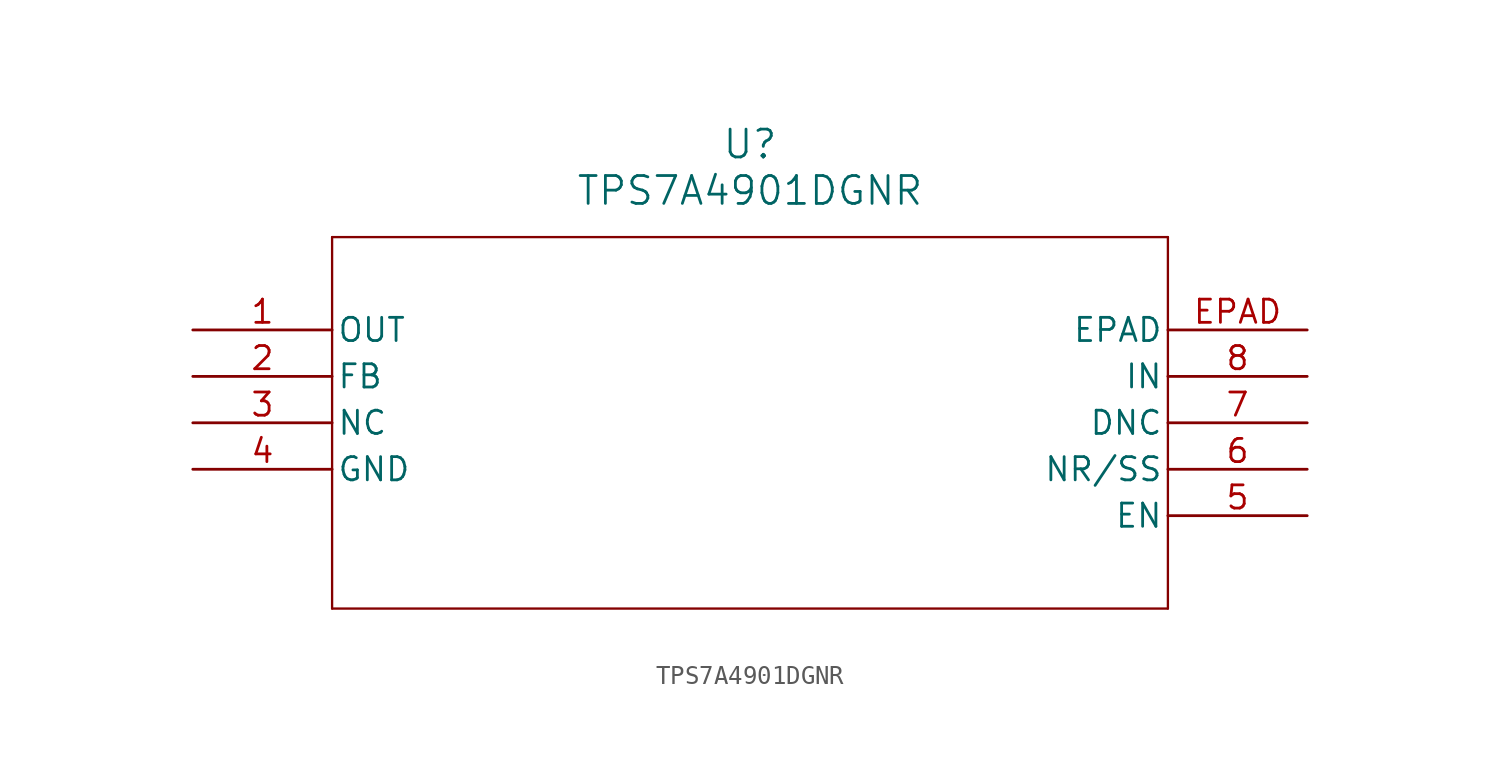
<source format=kicad_sym>
(kicad_symbol_lib
  (version 20211014)
  (generator kicad_symbol_editor)
  (symbol "TPS7A4901DGNR"
    (pin_names
      (offset 0.254))
    (property "Reference" "U"
      (at 30.48 10.16 0)
      (effects (font (size 1.524 1.524))))
    (property "Value" "TPS7A4901DGNR"
      (at 30.48 7.62 0)
      (effects (font (size 1.524 1.524))))
    (symbol "TPS7A4901DGNR_0_1"
      (polyline (pts (xy 7.62 5.08) (xy 7.62 -15.24)) (stroke (width 0.127) (type default) (color 0 0 0 0)) (fill (type none)))
      (polyline (pts (xy 7.62 -15.24) (xy 53.34 -15.24)) (stroke (width 0.127) (type default) (color 0 0 0 0)) (fill (type none)))
      (polyline (pts (xy 53.34 -15.24) (xy 53.34 5.08)) (stroke (width 0.127) (type default) (color 0 0 0 0)) (fill (type none)))
      (polyline (pts (xy 53.34 5.08) (xy 7.62 5.08)) (stroke (width 0.127) (type default) (color 0 0 0 0)) (fill (type none)))
      (pin output line (at 0 0 0) (length 7.62) (name "OUT" (effects (font (size 1.27 1.27)))) (number "1" (effects (font (size 1.27 1.27)))))
      (pin input line (at 0 -2.54 0) (length 7.62) (name "FB" (effects (font (size 1.27 1.27)))) (number "2" (effects (font (size 1.27 1.27)))))
      (pin unspecified line (at 0 -5.08 0) (length 7.62) (name "NC" (effects (font (size 1.27 1.27)))) (number "3" (effects (font (size 1.27 1.27)))))
      (pin power_in line (at 0 -7.62 0) (length 7.62) (name "GND" (effects (font (size 1.27 1.27)))) (number "4" (effects (font (size 1.27 1.27)))))
      (pin unspecified line (at 60.96 -10.16 180) (length 7.62) (name "EN" (effects (font (size 1.27 1.27)))) (number "5" (effects (font (size 1.27 1.27)))))
      (pin unspecified line (at 60.96 -7.62 180) (length 7.62) (name "NR/SS" (effects (font (size 1.27 1.27)))) (number "6" (effects (font (size 1.27 1.27)))))
      (pin unspecified line (at 60.96 -5.08 180) (length 7.62) (name "DNC" (effects (font (size 1.27 1.27)))) (number "7" (effects (font (size 1.27 1.27)))))
      (pin input line (at 60.96 -2.54 180) (length 7.62) (name "IN" (effects (font (size 1.27 1.27)))) (number "8" (effects (font (size 1.27 1.27)))))
      (pin unspecified line (at 60.96 0 180) (length 7.62) (name "EPAD" (effects (font (size 1.27 1.27)))) (number "EPAD" (effects (font (size 1.27 1.27))))))))
</source>
